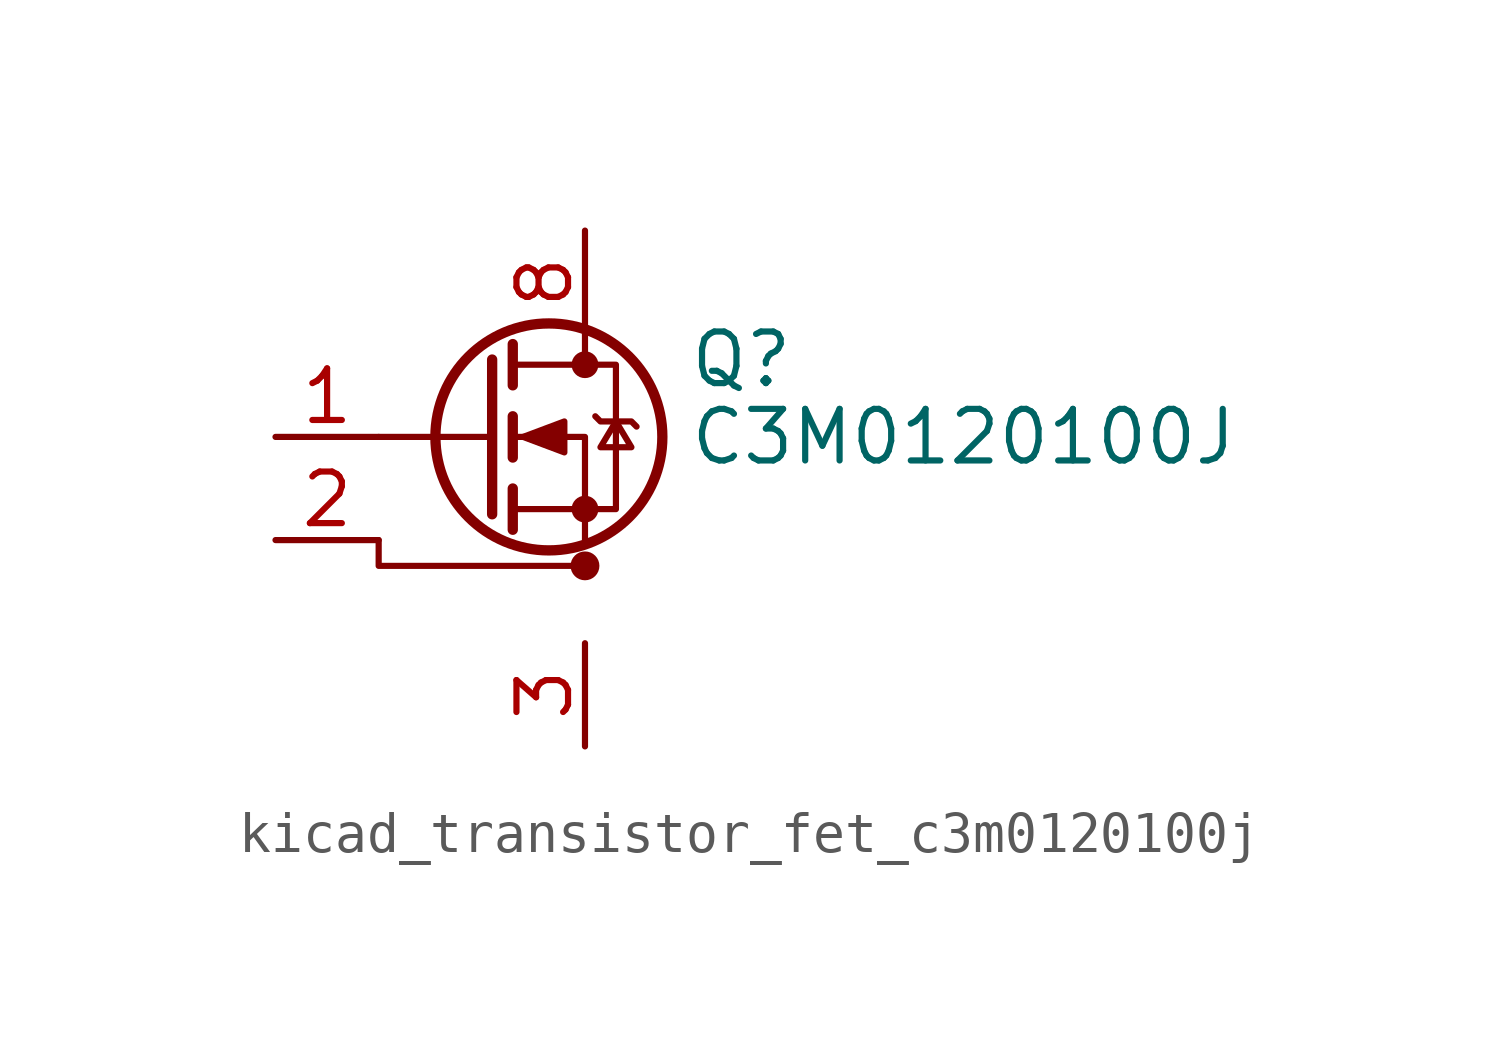
<source format=kicad_sym>
(kicad_symbol_lib
  (version 20220914)
  (generator kicad_symbol_editor)
  (symbol "kicad_transistor_fet_c3m0120100j"
    (pin_names hide)
    (property "Reference" "Q"
      (at 5.08 1.905 0)
      (effects (font (size 1.27 1.27)) (justify left)))
    (property "Value" "C3M0120100J"
      (at 5.08 0 0)
      (effects (font (size 1.27 1.27)) (justify left)))
    (symbol "kicad_transistor_fet_c3m0120100j_0_1"
      (polyline (pts (xy 0.254 0) (xy -2.54 0)) (stroke (width 0) (type default)) (fill (type none)))
      (polyline (pts (xy 0.254 1.905) (xy 0.254 -1.905)) (stroke (width 0.254) (type default)) (fill (type none)))
      (polyline (pts (xy 0.762 -1.27) (xy 0.762 -2.286)) (stroke (width 0.254) (type default)) (fill (type none)))
      (polyline (pts (xy 0.762 0.508) (xy 0.762 -0.508)) (stroke (width 0.254) (type default)) (fill (type none)))
      (polyline (pts (xy 0.762 2.286) (xy 0.762 1.27)) (stroke (width 0.254) (type default)) (fill (type none)))
      (polyline (pts (xy 2.54 2.54) (xy 2.54 1.778)) (stroke (width 0) (type default)) (fill (type none)))
      (polyline (pts (xy -2.54 -2.54) (xy -2.54 -3.175) (xy 2.54 -3.175)) (stroke (width 0) (type default)) (fill (type none)))
      (polyline (pts (xy 2.54 -2.54) (xy 2.54 0) (xy 0.762 0)) (stroke (width 0) (type default)) (fill (type none)))
      (polyline (pts (xy 0.762 -1.778) (xy 3.302 -1.778) (xy 3.302 1.778) (xy 0.762 1.778)) (stroke (width 0) (type default)) (fill (type none)))
      (polyline (pts (xy 1.016 0) (xy 2.032 0.381) (xy 2.032 -0.381) (xy 1.016 0)) (stroke (width 0) (type default)) (fill (type outline)))
      (polyline (pts (xy 2.794 0.508) (xy 2.921 0.381) (xy 3.683 0.381) (xy 3.81 0.254)) (stroke (width 0) (type default)) (fill (type none)))
      (polyline (pts (xy 3.302 0.381) (xy 2.921 -0.254) (xy 3.683 -0.254) (xy 3.302 0.381)) (stroke (width 0) (type default)) (fill (type none)))
      (circle (center 1.651 0) (radius 2.794) (stroke (width 0.254) (type default)) (fill (type none)))
      (circle (center 2.54 -3.175) (radius 0.279) (stroke (width 0) (type default)) (fill (type outline)))
      (circle (center 2.54 -1.778) (radius 0.254) (stroke (width 0) (type default)) (fill (type outline)))
      (circle (center 2.54 1.778) (radius 0.254) (stroke (width 0) (type default)) (fill (type outline))))
    (symbol "kicad_transistor_fet_c3m0120100j_1_1"
      (pin input line (at -5.08 0 0) (length 2.54) (name "G" (effects (font (size 1.27 1.27)))) (number "1" (effects (font (size 1.27 1.27)))))
      (pin passive line (at -5.08 -2.54 0) (length 2.54) (name "DS" (effects (font (size 1.27 1.27)))) (number "2" (effects (font (size 1.27 1.27)))))
      (pin passive line (at 2.54 -5.08 270) (length 2.54) (name "S" (effects (font (size 1.27 1.27)))) (number "3" (effects (font (size 1.27 1.27)))))
      (pin passive line (at 2.54 -5.08 270) (length 2.54) hide (name "S" (effects (font (size 1.27 1.27)))) (number "4" (effects (font (size 1.27 1.27)))))
      (pin passive line (at 2.54 -5.08 90) (length 2.54) hide (name "S" (effects (font (size 1.27 1.27)))) (number "5" (effects (font (size 1.27 1.27)))))
      (pin passive line (at 2.54 -5.08 90) (length 2.54) hide (name "S" (effects (font (size 1.27 1.27)))) (number "6" (effects (font (size 1.27 1.27)))))
      (pin passive line (at 2.54 -5.08 90) (length 2.54) hide (name "S" (effects (font (size 1.27 1.27)))) (number "7" (effects (font (size 1.27 1.27)))))
      (pin passive line (at 2.54 5.08 270) (length 2.54) (name "D" (effects (font (size 1.27 1.27)))) (number "8" (effects (font (size 1.27 1.27))))))))
</source>
